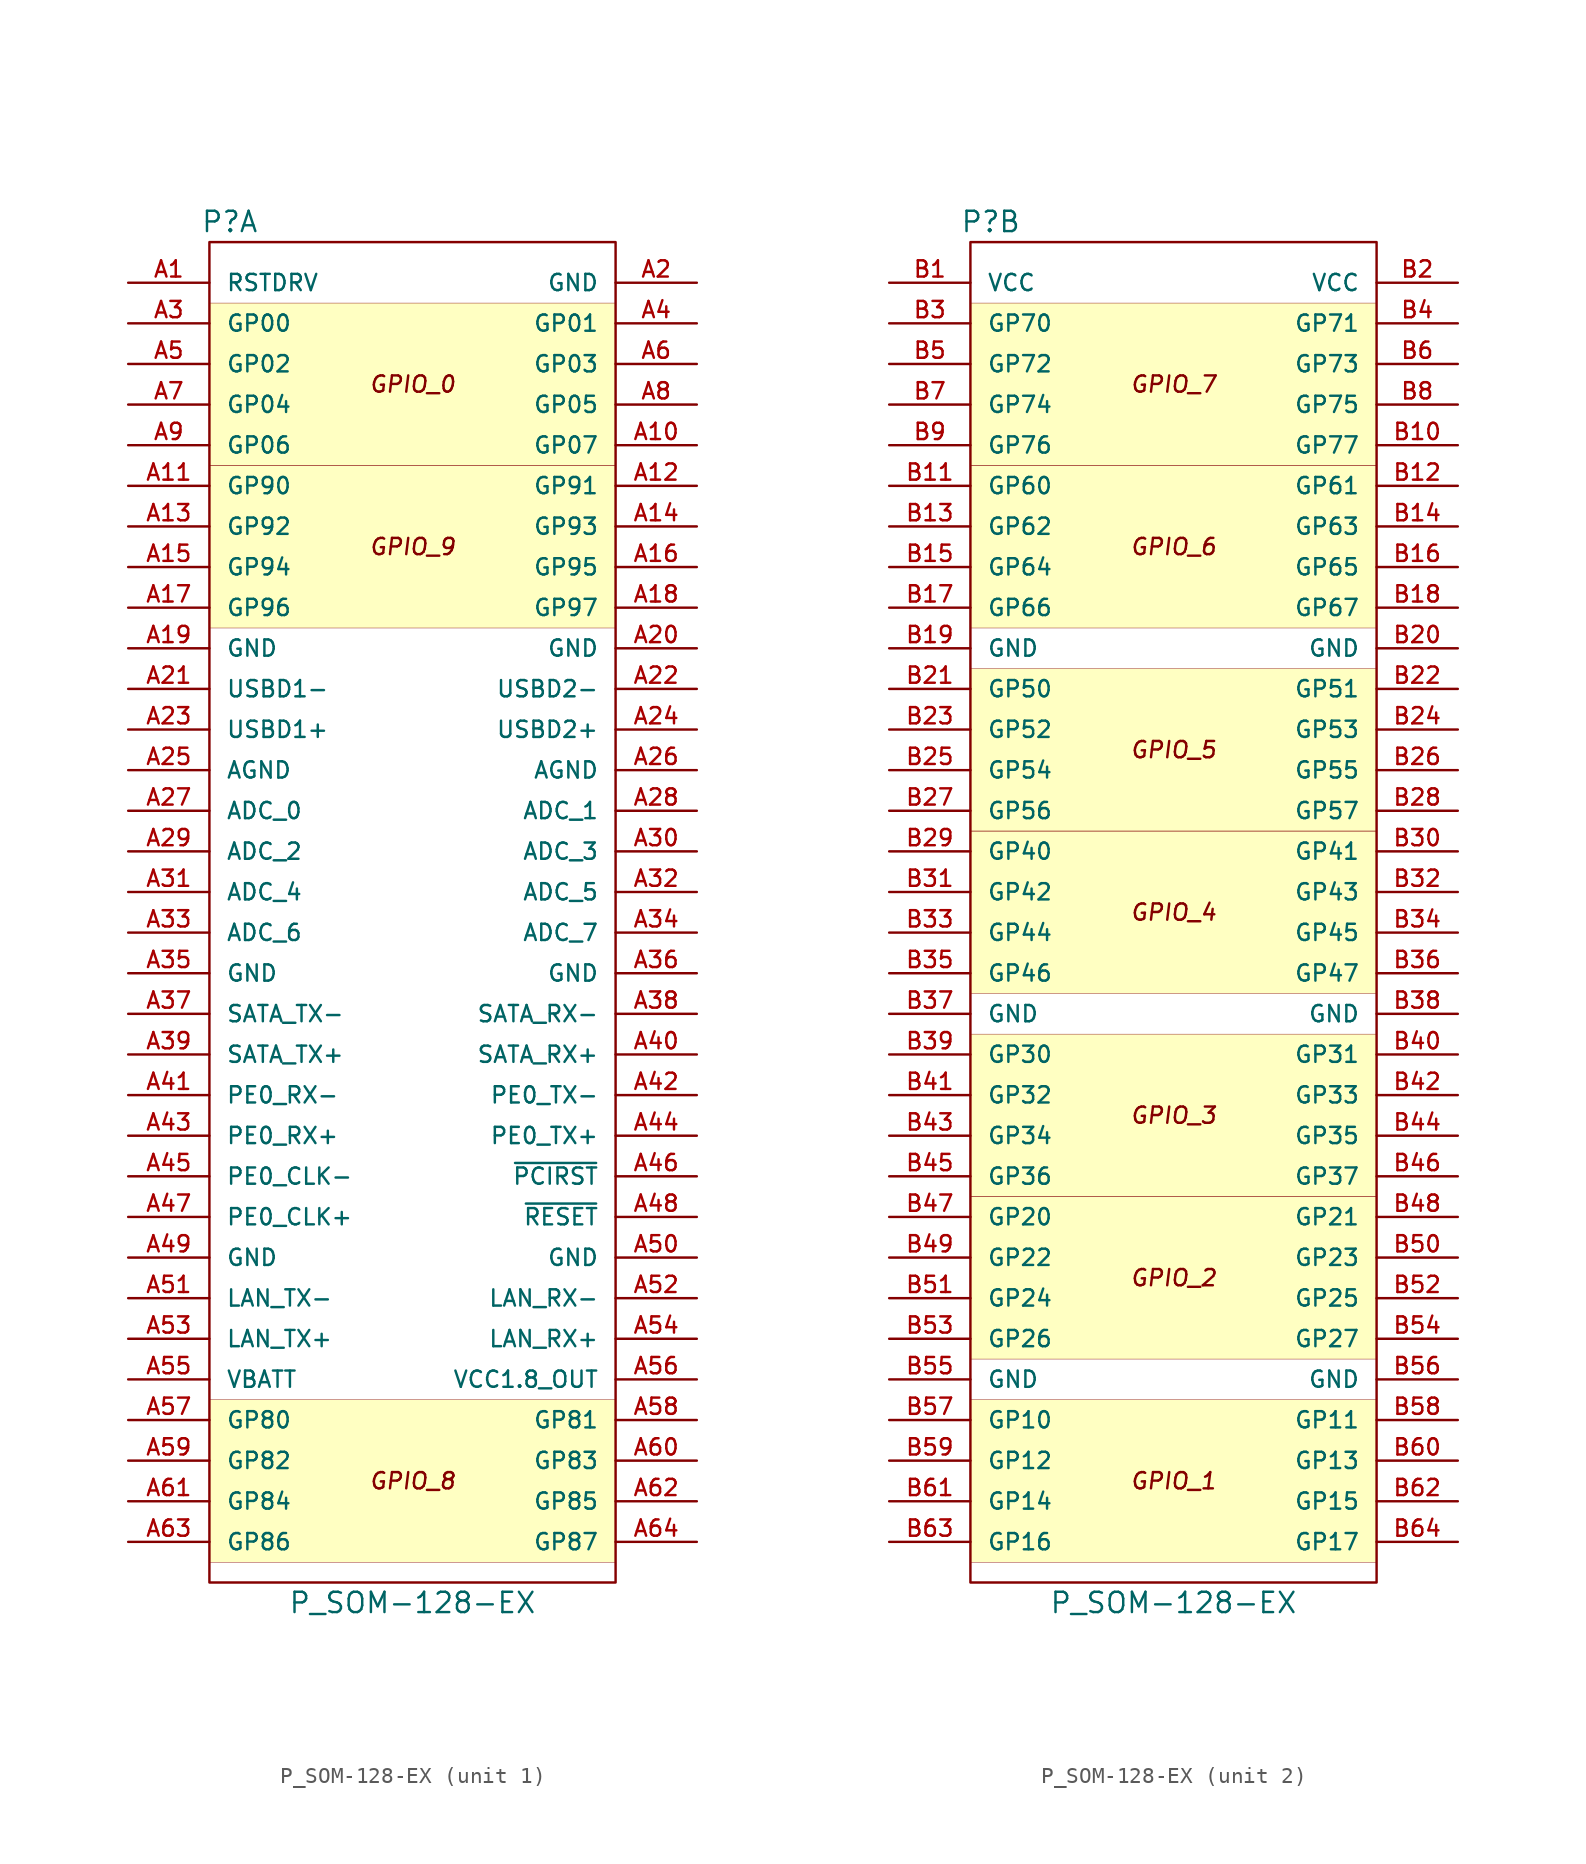
<source format=kicad_sym>
(kicad_symbol_lib
  (version 20211014)
  (generator kicad_symbol_editor)
  (symbol "P_SOM-128-EX"
    (pin_names
      (offset 1.016))
    (property "Reference" "P"
      (at -11.43 43.18 0)
      (effects (font (size 1.27 1.27))))
    (property "Value" "P_SOM-128-EX"
      (at 0 -43.18 0)
      (effects (font (size 1.27 1.27))))
    (symbol "P_SOM-128-EX_1_0"
      (text "GPIO_0" (at 0 33.02 0) (effects (font (size 1.016 1.016) italic)))
      (text "GPIO_8" (at 0 -35.56 0) (effects (font (size 1.016 1.016) italic)))
      (text "GPIO_9" (at 0 22.86 0) (effects (font (size 1.016 1.016) italic))))
    (symbol "P_SOM-128-EX_1_1"
      (rectangle (start -12.7 -30.48) (end 12.7 -40.64) (stroke (width 0.025) (type default) (color 0 0 0 0)) (fill (type background)))
      (rectangle (start -12.7 17.78) (end 12.7 27.94) (stroke (width 0.025) (type default) (color 0 0 0 0)) (fill (type background)))
      (rectangle (start -12.7 38.1) (end 12.7 27.94) (stroke (width 0.025) (type default) (color 0 0 0 0)) (fill (type background)))
      (rectangle (start -12.7 41.91) (end 12.7 -41.91) (stroke (width 0) (type default) (color 0 0 0 0)) (fill (type none)))
      (pin passive line (at -17.78 39.37 0) (length 5.08) (name "RSTDRV" (effects (font (size 1.016 1.016)))) (number "A1" (effects (font (size 1.016 1.016)))))
      (pin passive line (at 17.78 29.21 180) (length 5.08) (name "GP07" (effects (font (size 1.016 1.016)))) (number "A10" (effects (font (size 1.016 1.016)))))
      (pin passive line (at -17.78 26.67 0) (length 5.08) (name "GP90" (effects (font (size 1.016 1.016)))) (number "A11" (effects (font (size 1.016 1.016)))))
      (pin passive line (at 17.78 26.67 180) (length 5.08) (name "GP91" (effects (font (size 1.016 1.016)))) (number "A12" (effects (font (size 1.016 1.016)))))
      (pin passive line (at -17.78 24.13 0) (length 5.08) (name "GP92" (effects (font (size 1.016 1.016)))) (number "A13" (effects (font (size 1.016 1.016)))))
      (pin passive line (at 17.78 24.13 180) (length 5.08) (name "GP93" (effects (font (size 1.016 1.016)))) (number "A14" (effects (font (size 1.016 1.016)))))
      (pin passive line (at -17.78 21.59 0) (length 5.08) (name "GP94" (effects (font (size 1.016 1.016)))) (number "A15" (effects (font (size 1.016 1.016)))))
      (pin passive line (at 17.78 21.59 180) (length 5.08) (name "GP95" (effects (font (size 1.016 1.016)))) (number "A16" (effects (font (size 1.016 1.016)))))
      (pin passive line (at -17.78 19.05 0) (length 5.08) (name "GP96" (effects (font (size 1.016 1.016)))) (number "A17" (effects (font (size 1.016 1.016)))))
      (pin passive line (at 17.78 19.05 180) (length 5.08) (name "GP97" (effects (font (size 1.016 1.016)))) (number "A18" (effects (font (size 1.016 1.016)))))
      (pin passive line (at -17.78 16.51 0) (length 5.08) (name "GND" (effects (font (size 1.016 1.016)))) (number "A19" (effects (font (size 1.016 1.016)))))
      (pin passive line (at 17.78 39.37 180) (length 5.08) (name "GND" (effects (font (size 1.016 1.016)))) (number "A2" (effects (font (size 1.016 1.016)))))
      (pin passive line (at 17.78 16.51 180) (length 5.08) (name "GND" (effects (font (size 1.016 1.016)))) (number "A20" (effects (font (size 1.016 1.016)))))
      (pin passive line (at -17.78 13.97 0) (length 5.08) (name "USBD1-" (effects (font (size 1.016 1.016)))) (number "A21" (effects (font (size 1.016 1.016)))))
      (pin passive line (at 17.78 13.97 180) (length 5.08) (name "USBD2-" (effects (font (size 1.016 1.016)))) (number "A22" (effects (font (size 1.016 1.016)))))
      (pin passive line (at -17.78 11.43 0) (length 5.08) (name "USBD1+" (effects (font (size 1.016 1.016)))) (number "A23" (effects (font (size 1.016 1.016)))))
      (pin passive line (at 17.78 11.43 180) (length 5.08) (name "USBD2+" (effects (font (size 1.016 1.016)))) (number "A24" (effects (font (size 1.016 1.016)))))
      (pin passive line (at -17.78 8.89 0) (length 5.08) (name "AGND" (effects (font (size 1.016 1.016)))) (number "A25" (effects (font (size 1.016 1.016)))))
      (pin passive line (at 17.78 8.89 180) (length 5.08) (name "AGND" (effects (font (size 1.016 1.016)))) (number "A26" (effects (font (size 1.016 1.016)))))
      (pin passive line (at -17.78 6.35 0) (length 5.08) (name "ADC_0" (effects (font (size 1.016 1.016)))) (number "A27" (effects (font (size 1.016 1.016)))))
      (pin passive line (at 17.78 6.35 180) (length 5.08) (name "ADC_1" (effects (font (size 1.016 1.016)))) (number "A28" (effects (font (size 1.016 1.016)))))
      (pin passive line (at -17.78 3.81 0) (length 5.08) (name "ADC_2" (effects (font (size 1.016 1.016)))) (number "A29" (effects (font (size 1.016 1.016)))))
      (pin passive line (at -17.78 36.83 0) (length 5.08) (name "GP00" (effects (font (size 1.016 1.016)))) (number "A3" (effects (font (size 1.016 1.016)))))
      (pin passive line (at 17.78 3.81 180) (length 5.08) (name "ADC_3" (effects (font (size 1.016 1.016)))) (number "A30" (effects (font (size 1.016 1.016)))))
      (pin passive line (at -17.78 1.27 0) (length 5.08) (name "ADC_4" (effects (font (size 1.016 1.016)))) (number "A31" (effects (font (size 1.016 1.016)))))
      (pin passive line (at 17.78 1.27 180) (length 5.08) (name "ADC_5" (effects (font (size 1.016 1.016)))) (number "A32" (effects (font (size 1.016 1.016)))))
      (pin passive line (at -17.78 -1.27 0) (length 5.08) (name "ADC_6" (effects (font (size 1.016 1.016)))) (number "A33" (effects (font (size 1.016 1.016)))))
      (pin passive line (at 17.78 -1.27 180) (length 5.08) (name "ADC_7" (effects (font (size 1.016 1.016)))) (number "A34" (effects (font (size 1.016 1.016)))))
      (pin passive line (at -17.78 -3.81 0) (length 5.08) (name "GND" (effects (font (size 1.016 1.016)))) (number "A35" (effects (font (size 1.016 1.016)))))
      (pin passive line (at 17.78 -3.81 180) (length 5.08) (name "GND" (effects (font (size 1.016 1.016)))) (number "A36" (effects (font (size 1.016 1.016)))))
      (pin passive line (at -17.78 -6.35 0) (length 5.08) (name "SATA_TX-" (effects (font (size 1.016 1.016)))) (number "A37" (effects (font (size 1.016 1.016)))))
      (pin passive line (at 17.78 -6.35 180) (length 5.08) (name "SATA_RX-" (effects (font (size 1.016 1.016)))) (number "A38" (effects (font (size 1.016 1.016)))))
      (pin passive line (at -17.78 -8.89 0) (length 5.08) (name "SATA_TX+" (effects (font (size 1.016 1.016)))) (number "A39" (effects (font (size 1.016 1.016)))))
      (pin passive line (at 17.78 36.83 180) (length 5.08) (name "GP01" (effects (font (size 1.016 1.016)))) (number "A4" (effects (font (size 1.016 1.016)))))
      (pin passive line (at 17.78 -8.89 180) (length 5.08) (name "SATA_RX+" (effects (font (size 1.016 1.016)))) (number "A40" (effects (font (size 1.016 1.016)))))
      (pin passive line (at -17.78 -11.43 0) (length 5.08) (name "PE0_RX-" (effects (font (size 1.016 1.016)))) (number "A41" (effects (font (size 1.016 1.016)))))
      (pin passive line (at 17.78 -11.43 180) (length 5.08) (name "PE0_TX-" (effects (font (size 1.016 1.016)))) (number "A42" (effects (font (size 1.016 1.016)))))
      (pin passive line (at -17.78 -13.97 0) (length 5.08) (name "PE0_RX+" (effects (font (size 1.016 1.016)))) (number "A43" (effects (font (size 1.016 1.016)))))
      (pin passive line (at 17.78 -13.97 180) (length 5.08) (name "PE0_TX+" (effects (font (size 1.016 1.016)))) (number "A44" (effects (font (size 1.016 1.016)))))
      (pin passive line (at -17.78 -16.51 0) (length 5.08) (name "PE0_CLK-" (effects (font (size 1.016 1.016)))) (number "A45" (effects (font (size 1.016 1.016)))))
      (pin passive line (at 17.78 -16.51 180) (length 5.08) (name "~{PCIRST}" (effects (font (size 1.016 1.016)))) (number "A46" (effects (font (size 1.016 1.016)))))
      (pin passive line (at -17.78 -19.05 0) (length 5.08) (name "PE0_CLK+" (effects (font (size 1.016 1.016)))) (number "A47" (effects (font (size 1.016 1.016)))))
      (pin passive line (at 17.78 -19.05 180) (length 5.08) (name "~{RESET}" (effects (font (size 1.016 1.016)))) (number "A48" (effects (font (size 1.016 1.016)))))
      (pin passive line (at -17.78 -21.59 0) (length 5.08) (name "GND" (effects (font (size 1.016 1.016)))) (number "A49" (effects (font (size 1.016 1.016)))))
      (pin passive line (at -17.78 34.29 0) (length 5.08) (name "GP02" (effects (font (size 1.016 1.016)))) (number "A5" (effects (font (size 1.016 1.016)))))
      (pin passive line (at 17.78 -21.59 180) (length 5.08) (name "GND" (effects (font (size 1.016 1.016)))) (number "A50" (effects (font (size 1.016 1.016)))))
      (pin passive line (at -17.78 -24.13 0) (length 5.08) (name "LAN_TX-" (effects (font (size 1.016 1.016)))) (number "A51" (effects (font (size 1.016 1.016)))))
      (pin passive line (at 17.78 -24.13 180) (length 5.08) (name "LAN_RX-" (effects (font (size 1.016 1.016)))) (number "A52" (effects (font (size 1.016 1.016)))))
      (pin passive line (at -17.78 -26.67 0) (length 5.08) (name "LAN_TX+" (effects (font (size 1.016 1.016)))) (number "A53" (effects (font (size 1.016 1.016)))))
      (pin passive line (at 17.78 -26.67 180) (length 5.08) (name "LAN_RX+" (effects (font (size 1.016 1.016)))) (number "A54" (effects (font (size 1.016 1.016)))))
      (pin passive line (at -17.78 -29.21 0) (length 5.08) (name "VBATT" (effects (font (size 1.016 1.016)))) (number "A55" (effects (font (size 1.016 1.016)))))
      (pin passive line (at 17.78 -29.21 180) (length 5.08) (name "VCC1.8_OUT" (effects (font (size 1.016 1.016)))) (number "A56" (effects (font (size 1.016 1.016)))))
      (pin passive line (at -17.78 -31.75 0) (length 5.08) (name "GP80" (effects (font (size 1.016 1.016)))) (number "A57" (effects (font (size 1.016 1.016)))))
      (pin passive line (at 17.78 -31.75 180) (length 5.08) (name "GP81" (effects (font (size 1.016 1.016)))) (number "A58" (effects (font (size 1.016 1.016)))))
      (pin passive line (at -17.78 -34.29 0) (length 5.08) (name "GP82" (effects (font (size 1.016 1.016)))) (number "A59" (effects (font (size 1.016 1.016)))))
      (pin passive line (at 17.78 34.29 180) (length 5.08) (name "GP03" (effects (font (size 1.016 1.016)))) (number "A6" (effects (font (size 1.016 1.016)))))
      (pin passive line (at 17.78 -34.29 180) (length 5.08) (name "GP83" (effects (font (size 1.016 1.016)))) (number "A60" (effects (font (size 1.016 1.016)))))
      (pin passive line (at -17.78 -36.83 0) (length 5.08) (name "GP84" (effects (font (size 1.016 1.016)))) (number "A61" (effects (font (size 1.016 1.016)))))
      (pin passive line (at 17.78 -36.83 180) (length 5.08) (name "GP85" (effects (font (size 1.016 1.016)))) (number "A62" (effects (font (size 1.016 1.016)))))
      (pin passive line (at -17.78 -39.37 0) (length 5.08) (name "GP86" (effects (font (size 1.016 1.016)))) (number "A63" (effects (font (size 1.016 1.016)))))
      (pin passive line (at 17.78 -39.37 180) (length 5.08) (name "GP87" (effects (font (size 1.016 1.016)))) (number "A64" (effects (font (size 1.016 1.016)))))
      (pin passive line (at -17.78 31.75 0) (length 5.08) (name "GP04" (effects (font (size 1.016 1.016)))) (number "A7" (effects (font (size 1.016 1.016)))))
      (pin passive line (at 17.78 31.75 180) (length 5.08) (name "GP05" (effects (font (size 1.016 1.016)))) (number "A8" (effects (font (size 1.016 1.016)))))
      (pin passive line (at -17.78 29.21 0) (length 5.08) (name "GP06" (effects (font (size 1.016 1.016)))) (number "A9" (effects (font (size 1.016 1.016))))))
    (symbol "P_SOM-128-EX_2_0"
      (rectangle (start -12.7 -30.48) (end 12.7 -40.64) (stroke (width 0.025) (type default) (color 0 0 0 0)) (fill (type background)))
      (rectangle (start -12.7 -17.78) (end 12.7 -27.94) (stroke (width 0.025) (type default) (color 0 0 0 0)) (fill (type background)))
      (rectangle (start -12.7 -7.62) (end 12.7 -17.78) (stroke (width 0.025) (type default) (color 0 0 0 0)) (fill (type background)))
      (rectangle (start -12.7 5.08) (end 12.7 -5.08) (stroke (width 0.025) (type default) (color 0 0 0 0)) (fill (type background)))
      (rectangle (start -12.7 15.24) (end 12.7 5.08) (stroke (width 0.025) (type default) (color 0 0 0 0)) (fill (type background)))
      (rectangle (start -12.7 17.78) (end 12.7 27.94) (stroke (width 0.025) (type default) (color 0 0 0 0)) (fill (type background)))
      (rectangle (start -12.7 38.1) (end 12.7 27.94) (stroke (width 0.025) (type default) (color 0 0 0 0)) (fill (type background)))
      (rectangle (start -12.7 41.91) (end 12.7 -41.91) (stroke (width 0) (type default) (color 0 0 0 0)) (fill (type none)))
      (text "GPIO_7" (at 0 33.02 0) (effects (font (size 1.016 1.016) italic))))
    (symbol "P_SOM-128-EX_2_1"
      (text "GPIO_1" (at 0 -35.56 0) (effects (font (size 1.016 1.016) italic)))
      (text "GPIO_2" (at 0 -22.86 0) (effects (font (size 1.016 1.016) italic)))
      (text "GPIO_3" (at 0 -12.7 0) (effects (font (size 1.016 1.016) italic)))
      (text "GPIO_4" (at 0 0 0) (effects (font (size 1.016 1.016) italic)))
      (text "GPIO_5" (at 0 10.16 0) (effects (font (size 1.016 1.016) italic)))
      (text "GPIO_6" (at 0 22.86 0) (effects (font (size 1.016 1.016) italic)))
      (pin passive line (at -17.78 39.37 0) (length 5.08) (name "VCC" (effects (font (size 1.016 1.016)))) (number "B1" (effects (font (size 1.016 1.016)))))
      (pin passive line (at 17.78 29.21 180) (length 5.08) (name "GP77" (effects (font (size 1.016 1.016)))) (number "B10" (effects (font (size 1.016 1.016)))))
      (pin passive line (at -17.78 26.67 0) (length 5.08) (name "GP60" (effects (font (size 1.016 1.016)))) (number "B11" (effects (font (size 1.016 1.016)))))
      (pin passive line (at 17.78 26.67 180) (length 5.08) (name "GP61" (effects (font (size 1.016 1.016)))) (number "B12" (effects (font (size 1.016 1.016)))))
      (pin passive line (at -17.78 24.13 0) (length 5.08) (name "GP62" (effects (font (size 1.016 1.016)))) (number "B13" (effects (font (size 1.016 1.016)))))
      (pin passive line (at 17.78 24.13 180) (length 5.08) (name "GP63" (effects (font (size 1.016 1.016)))) (number "B14" (effects (font (size 1.016 1.016)))))
      (pin passive line (at -17.78 21.59 0) (length 5.08) (name "GP64" (effects (font (size 1.016 1.016)))) (number "B15" (effects (font (size 1.016 1.016)))))
      (pin passive line (at 17.78 21.59 180) (length 5.08) (name "GP65" (effects (font (size 1.016 1.016)))) (number "B16" (effects (font (size 1.016 1.016)))))
      (pin passive line (at -17.78 19.05 0) (length 5.08) (name "GP66" (effects (font (size 1.016 1.016)))) (number "B17" (effects (font (size 1.016 1.016)))))
      (pin passive line (at 17.78 19.05 180) (length 5.08) (name "GP67" (effects (font (size 1.016 1.016)))) (number "B18" (effects (font (size 1.016 1.016)))))
      (pin passive line (at -17.78 16.51 0) (length 5.08) (name "GND" (effects (font (size 1.016 1.016)))) (number "B19" (effects (font (size 1.016 1.016)))))
      (pin passive line (at 17.78 39.37 180) (length 5.08) (name "VCC" (effects (font (size 1.016 1.016)))) (number "B2" (effects (font (size 1.016 1.016)))))
      (pin passive line (at 17.78 16.51 180) (length 5.08) (name "GND" (effects (font (size 1.016 1.016)))) (number "B20" (effects (font (size 1.016 1.016)))))
      (pin passive line (at -17.78 13.97 0) (length 5.08) (name "GP50" (effects (font (size 1.016 1.016)))) (number "B21" (effects (font (size 1.016 1.016)))))
      (pin passive line (at 17.78 13.97 180) (length 5.08) (name "GP51" (effects (font (size 1.016 1.016)))) (number "B22" (effects (font (size 1.016 1.016)))))
      (pin passive line (at -17.78 11.43 0) (length 5.08) (name "GP52" (effects (font (size 1.016 1.016)))) (number "B23" (effects (font (size 1.016 1.016)))))
      (pin passive line (at 17.78 11.43 180) (length 5.08) (name "GP53" (effects (font (size 1.016 1.016)))) (number "B24" (effects (font (size 1.016 1.016)))))
      (pin passive line (at -17.78 8.89 0) (length 5.08) (name "GP54" (effects (font (size 1.016 1.016)))) (number "B25" (effects (font (size 1.016 1.016)))))
      (pin passive line (at 17.78 8.89 180) (length 5.08) (name "GP55" (effects (font (size 1.016 1.016)))) (number "B26" (effects (font (size 1.016 1.016)))))
      (pin passive line (at -17.78 6.35 0) (length 5.08) (name "GP56" (effects (font (size 1.016 1.016)))) (number "B27" (effects (font (size 1.016 1.016)))))
      (pin passive line (at 17.78 6.35 180) (length 5.08) (name "GP57" (effects (font (size 1.016 1.016)))) (number "B28" (effects (font (size 1.016 1.016)))))
      (pin passive line (at -17.78 3.81 0) (length 5.08) (name "GP40" (effects (font (size 1.016 1.016)))) (number "B29" (effects (font (size 1.016 1.016)))))
      (pin passive line (at -17.78 36.83 0) (length 5.08) (name "GP70" (effects (font (size 1.016 1.016)))) (number "B3" (effects (font (size 1.016 1.016)))))
      (pin passive line (at 17.78 3.81 180) (length 5.08) (name "GP41" (effects (font (size 1.016 1.016)))) (number "B30" (effects (font (size 1.016 1.016)))))
      (pin passive line (at -17.78 1.27 0) (length 5.08) (name "GP42" (effects (font (size 1.016 1.016)))) (number "B31" (effects (font (size 1.016 1.016)))))
      (pin passive line (at 17.78 1.27 180) (length 5.08) (name "GP43" (effects (font (size 1.016 1.016)))) (number "B32" (effects (font (size 1.016 1.016)))))
      (pin passive line (at -17.78 -1.27 0) (length 5.08) (name "GP44" (effects (font (size 1.016 1.016)))) (number "B33" (effects (font (size 1.016 1.016)))))
      (pin passive line (at 17.78 -1.27 180) (length 5.08) (name "GP45" (effects (font (size 1.016 1.016)))) (number "B34" (effects (font (size 1.016 1.016)))))
      (pin passive line (at -17.78 -3.81 0) (length 5.08) (name "GP46" (effects (font (size 1.016 1.016)))) (number "B35" (effects (font (size 1.016 1.016)))))
      (pin passive line (at 17.78 -3.81 180) (length 5.08) (name "GP47" (effects (font (size 1.016 1.016)))) (number "B36" (effects (font (size 1.016 1.016)))))
      (pin passive line (at -17.78 -6.35 0) (length 5.08) (name "GND" (effects (font (size 1.016 1.016)))) (number "B37" (effects (font (size 1.016 1.016)))))
      (pin passive line (at 17.78 -6.35 180) (length 5.08) (name "GND" (effects (font (size 1.016 1.016)))) (number "B38" (effects (font (size 1.016 1.016)))))
      (pin passive line (at -17.78 -8.89 0) (length 5.08) (name "GP30" (effects (font (size 1.016 1.016)))) (number "B39" (effects (font (size 1.016 1.016)))))
      (pin passive line (at 17.78 36.83 180) (length 5.08) (name "GP71" (effects (font (size 1.016 1.016)))) (number "B4" (effects (font (size 1.016 1.016)))))
      (pin passive line (at 17.78 -8.89 180) (length 5.08) (name "GP31" (effects (font (size 1.016 1.016)))) (number "B40" (effects (font (size 1.016 1.016)))))
      (pin passive line (at -17.78 -11.43 0) (length 5.08) (name "GP32" (effects (font (size 1.016 1.016)))) (number "B41" (effects (font (size 1.016 1.016)))))
      (pin passive line (at 17.78 -11.43 180) (length 5.08) (name "GP33" (effects (font (size 1.016 1.016)))) (number "B42" (effects (font (size 1.016 1.016)))))
      (pin passive line (at -17.78 -13.97 0) (length 5.08) (name "GP34" (effects (font (size 1.016 1.016)))) (number "B43" (effects (font (size 1.016 1.016)))))
      (pin passive line (at 17.78 -13.97 180) (length 5.08) (name "GP35" (effects (font (size 1.016 1.016)))) (number "B44" (effects (font (size 1.016 1.016)))))
      (pin passive line (at -17.78 -16.51 0) (length 5.08) (name "GP36" (effects (font (size 1.016 1.016)))) (number "B45" (effects (font (size 1.016 1.016)))))
      (pin passive line (at 17.78 -16.51 180) (length 5.08) (name "GP37" (effects (font (size 1.016 1.016)))) (number "B46" (effects (font (size 1.016 1.016)))))
      (pin passive line (at -17.78 -19.05 0) (length 5.08) (name "GP20" (effects (font (size 1.016 1.016)))) (number "B47" (effects (font (size 1.016 1.016)))))
      (pin passive line (at 17.78 -19.05 180) (length 5.08) (name "GP21" (effects (font (size 1.016 1.016)))) (number "B48" (effects (font (size 1.016 1.016)))))
      (pin passive line (at -17.78 -21.59 0) (length 5.08) (name "GP22" (effects (font (size 1.016 1.016)))) (number "B49" (effects (font (size 1.016 1.016)))))
      (pin passive line (at -17.78 34.29 0) (length 5.08) (name "GP72" (effects (font (size 1.016 1.016)))) (number "B5" (effects (font (size 1.016 1.016)))))
      (pin passive line (at 17.78 -21.59 180) (length 5.08) (name "GP23" (effects (font (size 1.016 1.016)))) (number "B50" (effects (font (size 1.016 1.016)))))
      (pin passive line (at -17.78 -24.13 0) (length 5.08) (name "GP24" (effects (font (size 1.016 1.016)))) (number "B51" (effects (font (size 1.016 1.016)))))
      (pin passive line (at 17.78 -24.13 180) (length 5.08) (name "GP25" (effects (font (size 1.016 1.016)))) (number "B52" (effects (font (size 1.016 1.016)))))
      (pin passive line (at -17.78 -26.67 0) (length 5.08) (name "GP26" (effects (font (size 1.016 1.016)))) (number "B53" (effects (font (size 1.016 1.016)))))
      (pin passive line (at 17.78 -26.67 180) (length 5.08) (name "GP27" (effects (font (size 1.016 1.016)))) (number "B54" (effects (font (size 1.016 1.016)))))
      (pin passive line (at -17.78 -29.21 0) (length 5.08) (name "GND" (effects (font (size 1.016 1.016)))) (number "B55" (effects (font (size 1.016 1.016)))))
      (pin passive line (at 17.78 -29.21 180) (length 5.08) (name "GND" (effects (font (size 1.016 1.016)))) (number "B56" (effects (font (size 1.016 1.016)))))
      (pin passive line (at -17.78 -31.75 0) (length 5.08) (name "GP10" (effects (font (size 1.016 1.016)))) (number "B57" (effects (font (size 1.016 1.016)))))
      (pin passive line (at 17.78 -31.75 180) (length 5.08) (name "GP11" (effects (font (size 1.016 1.016)))) (number "B58" (effects (font (size 1.016 1.016)))))
      (pin passive line (at -17.78 -34.29 0) (length 5.08) (name "GP12" (effects (font (size 1.016 1.016)))) (number "B59" (effects (font (size 1.016 1.016)))))
      (pin passive line (at 17.78 34.29 180) (length 5.08) (name "GP73" (effects (font (size 1.016 1.016)))) (number "B6" (effects (font (size 1.016 1.016)))))
      (pin passive line (at 17.78 -34.29 180) (length 5.08) (name "GP13" (effects (font (size 1.016 1.016)))) (number "B60" (effects (font (size 1.016 1.016)))))
      (pin passive line (at -17.78 -36.83 0) (length 5.08) (name "GP14" (effects (font (size 1.016 1.016)))) (number "B61" (effects (font (size 1.016 1.016)))))
      (pin passive line (at 17.78 -36.83 180) (length 5.08) (name "GP15" (effects (font (size 1.016 1.016)))) (number "B62" (effects (font (size 1.016 1.016)))))
      (pin passive line (at -17.78 -39.37 0) (length 5.08) (name "GP16" (effects (font (size 1.016 1.016)))) (number "B63" (effects (font (size 1.016 1.016)))))
      (pin passive line (at 17.78 -39.37 180) (length 5.08) (name "GP17" (effects (font (size 1.016 1.016)))) (number "B64" (effects (font (size 1.016 1.016)))))
      (pin passive line (at -17.78 31.75 0) (length 5.08) (name "GP74" (effects (font (size 1.016 1.016)))) (number "B7" (effects (font (size 1.016 1.016)))))
      (pin passive line (at 17.78 31.75 180) (length 5.08) (name "GP75" (effects (font (size 1.016 1.016)))) (number "B8" (effects (font (size 1.016 1.016)))))
      (pin passive line (at -17.78 29.21 0) (length 5.08) (name "GP76" (effects (font (size 1.016 1.016)))) (number "B9" (effects (font (size 1.016 1.016))))))))
</source>
